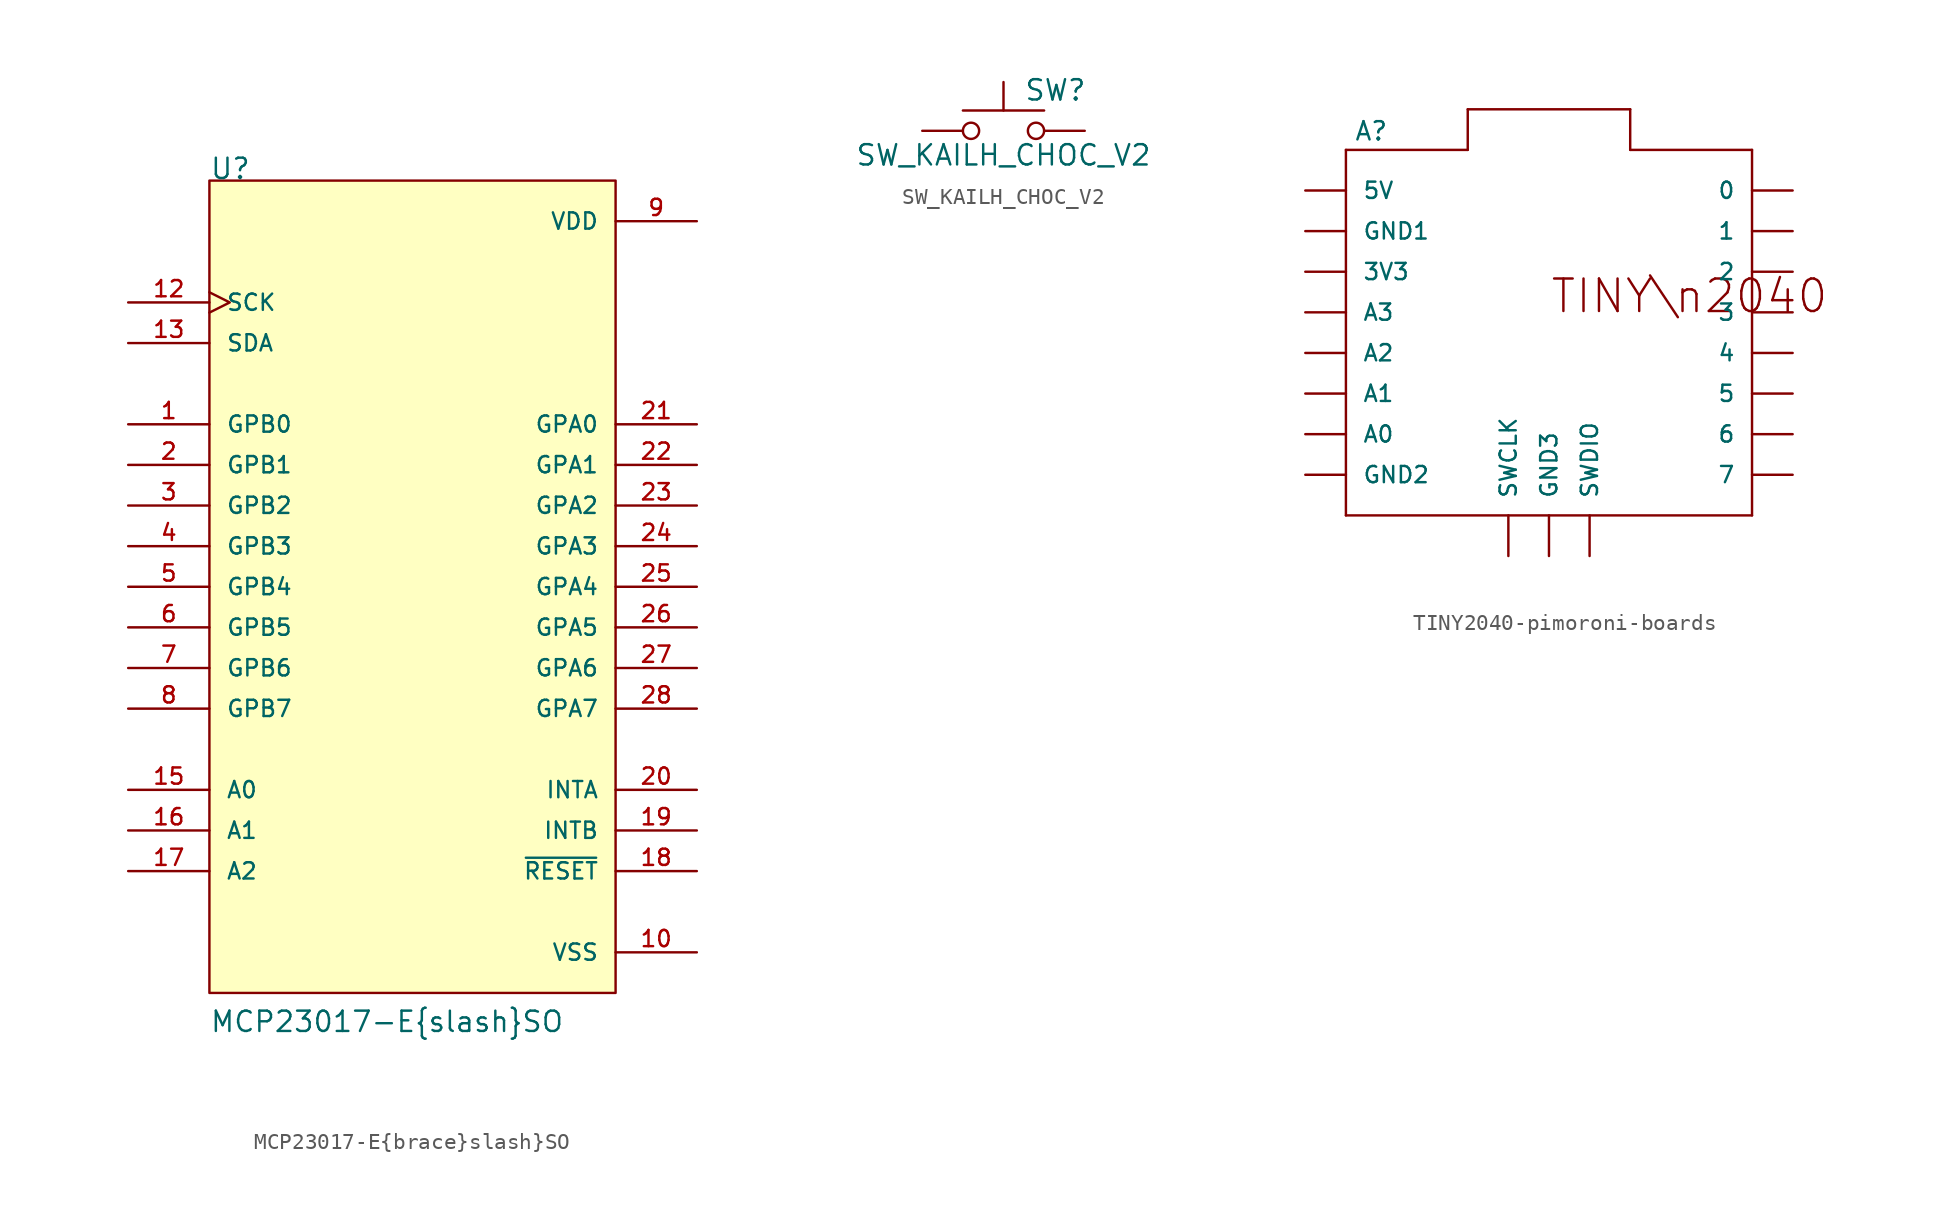
<source format=kicad_sym>
(kicad_symbol_lib
  (version 20211014)
  (generator kicad_symbol_editor)
  (symbol "MCP23017-E{brace}slash}SO"
    (pin_names
      (offset 1.016))
    (property "Reference" "U"
      (at -12.7 25.4 0)
      (effects (font (size 1.27 1.27)) (justify left bottom)))
    (property "Value" "MCP23017-E{brace}slash}SO"
      (at -12.7 -27.94 0)
      (effects (font (size 1.27 1.27)) (justify left bottom)))
    (property "ki_locked" ""
      (at 0 0 0)
      (effects (font (size 1.27 1.27))))
    (symbol "MCP23017-E{brace}slash}SO_0_0"
      (rectangle (start -12.7 -25.4) (end 12.7 25.4) (stroke (width 0.152) (type default) (color 0 0 0 0)) (fill (type background)))
      (pin bidirectional line (at -17.78 10.16 0) (length 5.08) (name "GPB0" (effects (font (size 1.016 1.016)))) (number "1" (effects (font (size 1.016 1.016)))))
      (pin power_in line (at 17.78 -22.86 180) (length 5.08) (name "VSS" (effects (font (size 1.016 1.016)))) (number "10" (effects (font (size 1.016 1.016)))))
      (pin input clock (at -17.78 17.78 0) (length 5.08) (name "SCK" (effects (font (size 1.016 1.016)))) (number "12" (effects (font (size 1.016 1.016)))))
      (pin bidirectional line (at -17.78 15.24 0) (length 5.08) (name "SDA" (effects (font (size 1.016 1.016)))) (number "13" (effects (font (size 1.016 1.016)))))
      (pin input line (at -17.78 -12.7 0) (length 5.08) (name "A0" (effects (font (size 1.016 1.016)))) (number "15" (effects (font (size 1.016 1.016)))))
      (pin input line (at -17.78 -15.24 0) (length 5.08) (name "A1" (effects (font (size 1.016 1.016)))) (number "16" (effects (font (size 1.016 1.016)))))
      (pin input line (at -17.78 -17.78 0) (length 5.08) (name "A2" (effects (font (size 1.016 1.016)))) (number "17" (effects (font (size 1.016 1.016)))))
      (pin output line (at 17.78 -17.78 180) (length 5.08) (name "~{RESET}" (effects (font (size 1.016 1.016)))) (number "18" (effects (font (size 1.016 1.016)))))
      (pin output line (at 17.78 -15.24 180) (length 5.08) (name "INTB" (effects (font (size 1.016 1.016)))) (number "19" (effects (font (size 1.016 1.016)))))
      (pin bidirectional line (at -17.78 7.62 0) (length 5.08) (name "GPB1" (effects (font (size 1.016 1.016)))) (number "2" (effects (font (size 1.016 1.016)))))
      (pin output line (at 17.78 -12.7 180) (length 5.08) (name "INTA" (effects (font (size 1.016 1.016)))) (number "20" (effects (font (size 1.016 1.016)))))
      (pin bidirectional line (at 17.78 10.16 180) (length 5.08) (name "GPA0" (effects (font (size 1.016 1.016)))) (number "21" (effects (font (size 1.016 1.016)))))
      (pin bidirectional line (at 17.78 7.62 180) (length 5.08) (name "GPA1" (effects (font (size 1.016 1.016)))) (number "22" (effects (font (size 1.016 1.016)))))
      (pin bidirectional line (at 17.78 5.08 180) (length 5.08) (name "GPA2" (effects (font (size 1.016 1.016)))) (number "23" (effects (font (size 1.016 1.016)))))
      (pin bidirectional line (at 17.78 2.54 180) (length 5.08) (name "GPA3" (effects (font (size 1.016 1.016)))) (number "24" (effects (font (size 1.016 1.016)))))
      (pin bidirectional line (at 17.78 0 180) (length 5.08) (name "GPA4" (effects (font (size 1.016 1.016)))) (number "25" (effects (font (size 1.016 1.016)))))
      (pin bidirectional line (at 17.78 -2.54 180) (length 5.08) (name "GPA5" (effects (font (size 1.016 1.016)))) (number "26" (effects (font (size 1.016 1.016)))))
      (pin bidirectional line (at 17.78 -5.08 180) (length 5.08) (name "GPA6" (effects (font (size 1.016 1.016)))) (number "27" (effects (font (size 1.016 1.016)))))
      (pin bidirectional line (at 17.78 -7.62 180) (length 5.08) (name "GPA7" (effects (font (size 1.016 1.016)))) (number "28" (effects (font (size 1.016 1.016)))))
      (pin bidirectional line (at -17.78 5.08 0) (length 5.08) (name "GPB2" (effects (font (size 1.016 1.016)))) (number "3" (effects (font (size 1.016 1.016)))))
      (pin bidirectional line (at -17.78 2.54 0) (length 5.08) (name "GPB3" (effects (font (size 1.016 1.016)))) (number "4" (effects (font (size 1.016 1.016)))))
      (pin bidirectional line (at -17.78 0 0) (length 5.08) (name "GPB4" (effects (font (size 1.016 1.016)))) (number "5" (effects (font (size 1.016 1.016)))))
      (pin bidirectional line (at -17.78 -2.54 0) (length 5.08) (name "GPB5" (effects (font (size 1.016 1.016)))) (number "6" (effects (font (size 1.016 1.016)))))
      (pin bidirectional line (at -17.78 -5.08 0) (length 5.08) (name "GPB6" (effects (font (size 1.016 1.016)))) (number "7" (effects (font (size 1.016 1.016)))))
      (pin bidirectional line (at -17.78 -7.62 0) (length 5.08) (name "GPB7" (effects (font (size 1.016 1.016)))) (number "8" (effects (font (size 1.016 1.016)))))
      (pin power_in line (at 17.78 22.86 180) (length 5.08) (name "VDD" (effects (font (size 1.016 1.016)))) (number "9" (effects (font (size 1.016 1.016)))))))
  (symbol "SW_KAILH_CHOC_V2"
    (pin_numbers hide)
    (pin_names
      (offset 1.016) hide)
    (property "Reference" "SW"
      (at 1.27 2.54 0)
      (effects (font (size 1.27 1.27)) (justify left)))
    (property "Value" "SW_KAILH_CHOC_V2"
      (at 0 -1.524 0)
      (effects (font (size 1.27 1.27))))
    (symbol "SW_KAILH_CHOC_V2_0_1"
      (circle (center -2.032 0) (radius 0.508) (stroke (width 0) (type default) (color 0 0 0 0)) (fill (type none)))
      (polyline (pts (xy 0 1.27) (xy 0 3.048)) (stroke (width 0) (type default) (color 0 0 0 0)) (fill (type none)))
      (polyline (pts (xy 2.54 1.27) (xy -2.54 1.27)) (stroke (width 0) (type default) (color 0 0 0 0)) (fill (type none)))
      (circle (center 2.032 0) (radius 0.508) (stroke (width 0) (type default) (color 0 0 0 0)) (fill (type none)))
      (pin passive line (at -5.08 0 0) (length 2.54) (name "A" (effects (font (size 1.27 1.27)))) (number "1" (effects (font (size 1.27 1.27)))))
      (pin passive line (at 5.08 0 180) (length 2.54) (name "B" (effects (font (size 1.27 1.27)))) (number "2" (effects (font (size 1.27 1.27)))))))
  (symbol "TINY2040-pimoroni-boards"
    (pin_numbers hide)
    (pin_names
      (offset 1.016))
    (property "Reference" "A"
      (at -12.192 13.208 0)
      (effects (font (size 1.143 1.143)) (justify left bottom)))
    (property "ki_locked" ""
      (at 0 0 0)
      (effects (font (size 1.27 1.27))))
    (symbol "TINY2040-pimoroni-boards_1_0"
      (polyline (pts (xy -12.7 -10.16) (xy -12.7 12.7)) (stroke (width 0) (type default) (color 0 0 0 0)) (fill (type none)))
      (polyline (pts (xy -12.7 12.7) (xy -5.08 12.7)) (stroke (width 0) (type default) (color 0 0 0 0)) (fill (type none)))
      (polyline (pts (xy -5.08 12.7) (xy -5.08 15.24)) (stroke (width 0) (type default) (color 0 0 0 0)) (fill (type none)))
      (polyline (pts (xy -5.08 15.24) (xy 5.08 15.24)) (stroke (width 0) (type default) (color 0 0 0 0)) (fill (type none)))
      (polyline (pts (xy 5.08 12.7) (xy 12.7 12.7)) (stroke (width 0) (type default) (color 0 0 0 0)) (fill (type none)))
      (polyline (pts (xy 5.08 15.24) (xy 5.08 12.7)) (stroke (width 0) (type default) (color 0 0 0 0)) (fill (type none)))
      (polyline (pts (xy 12.7 -10.16) (xy -12.7 -10.16)) (stroke (width 0) (type default) (color 0 0 0 0)) (fill (type none)))
      (polyline (pts (xy 12.7 12.7) (xy 12.7 -10.16)) (stroke (width 0) (type default) (color 0 0 0 0)) (fill (type none)))
      (text "TINY\\n2040" (at 8.788 3.556 0) (effects (font (size 2.032 2.032)))))
    (symbol "TINY2040-pimoroni-boards_1_1"
      (pin bidirectional line (at 15.24 10.16 180) (length 2.54) (name "0" (effects (font (size 1.016 1.016)))) (number "0" (effects (font (size 1.016 1.016)))))
      (pin bidirectional line (at 15.24 7.62 180) (length 2.54) (name "1" (effects (font (size 1.016 1.016)))) (number "1" (effects (font (size 1.016 1.016)))))
      (pin bidirectional line (at 15.24 5.08 180) (length 2.54) (name "2" (effects (font (size 1.016 1.016)))) (number "2" (effects (font (size 1.016 1.016)))))
      (pin bidirectional line (at 15.24 2.54 180) (length 2.54) (name "3" (effects (font (size 1.016 1.016)))) (number "3" (effects (font (size 1.016 1.016)))))
      (pin power_out line (at -15.24 5.08 0) (length 2.54) (name "3V3" (effects (font (size 1.016 1.016)))) (number "3V3" (effects (font (size 1.016 1.016)))))
      (pin bidirectional line (at 15.24 0 180) (length 2.54) (name "4" (effects (font (size 1.016 1.016)))) (number "4" (effects (font (size 1.016 1.016)))))
      (pin bidirectional line (at 15.24 -2.54 180) (length 2.54) (name "5" (effects (font (size 1.016 1.016)))) (number "5" (effects (font (size 1.016 1.016)))))
      (pin bidirectional line (at -15.24 10.16 0) (length 2.54) (name "5V" (effects (font (size 1.016 1.016)))) (number "5V" (effects (font (size 1.016 1.016)))))
      (pin bidirectional line (at 15.24 -5.08 180) (length 2.54) (name "6" (effects (font (size 1.016 1.016)))) (number "6" (effects (font (size 1.016 1.016)))))
      (pin bidirectional line (at 15.24 -7.62 180) (length 2.54) (name "7" (effects (font (size 1.016 1.016)))) (number "7" (effects (font (size 1.016 1.016)))))
      (pin bidirectional line (at -15.24 -5.08 0) (length 2.54) (name "A0" (effects (font (size 1.016 1.016)))) (number "A0" (effects (font (size 1.016 1.016)))))
      (pin bidirectional line (at -15.24 -2.54 0) (length 2.54) (name "A1" (effects (font (size 1.016 1.016)))) (number "A1" (effects (font (size 1.016 1.016)))))
      (pin bidirectional line (at -15.24 0 0) (length 2.54) (name "A2" (effects (font (size 1.016 1.016)))) (number "A2" (effects (font (size 1.016 1.016)))))
      (pin bidirectional line (at -15.24 2.54 0) (length 2.54) (name "A3" (effects (font (size 1.016 1.016)))) (number "A3" (effects (font (size 1.016 1.016)))))
      (pin power_out line (at -15.24 7.62 0) (length 2.54) (name "GND1" (effects (font (size 1.016 1.016)))) (number "GND1" (effects (font (size 1.016 1.016)))))
      (pin power_out line (at -15.24 -7.62 0) (length 2.54) (name "GND2" (effects (font (size 1.016 1.016)))) (number "GND2" (effects (font (size 1.016 1.016)))))
      (pin power_out line (at 0 -12.7 90) (length 2.54) (name "GND3" (effects (font (size 1.016 1.016)))) (number "GND3" (effects (font (size 1.016 1.016)))))
      (pin bidirectional line (at -2.54 -12.7 90) (length 2.54) (name "SWCLK" (effects (font (size 1.016 1.016)))) (number "SWCLK" (effects (font (size 1.016 1.016)))))
      (pin bidirectional line (at 2.54 -12.7 90) (length 2.54) (name "SWDIO" (effects (font (size 1.016 1.016)))) (number "SWDIO" (effects (font (size 1.016 1.016))))))))
</source>
